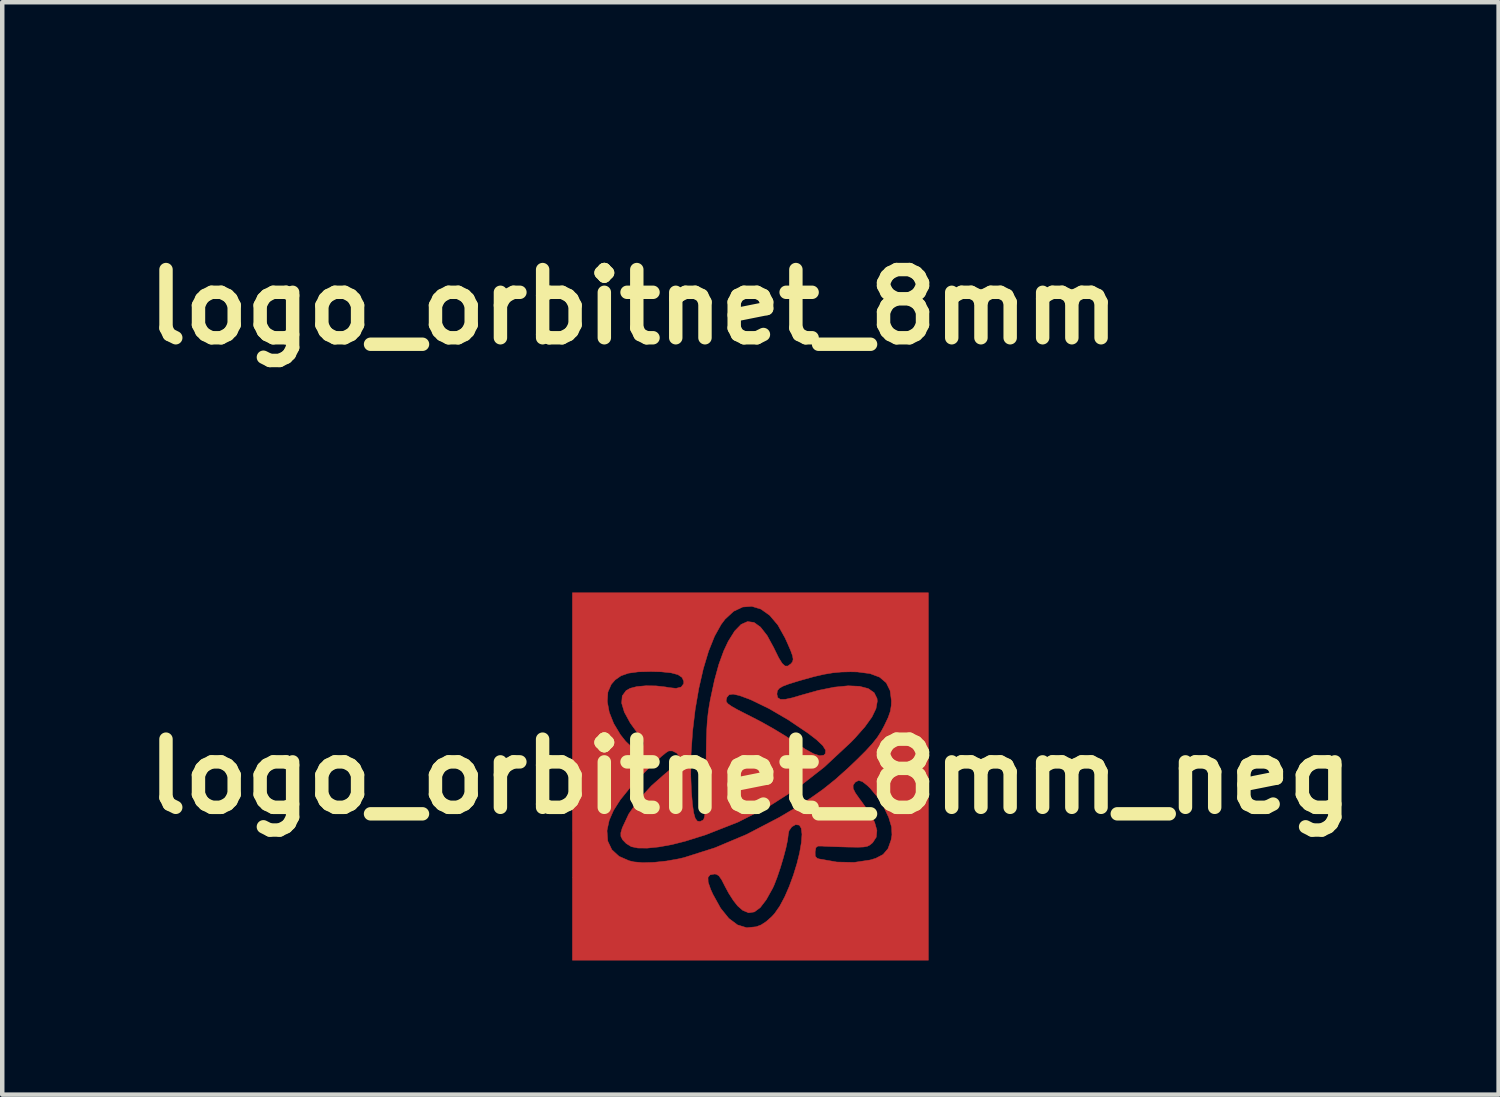
<source format=kicad_pcb>
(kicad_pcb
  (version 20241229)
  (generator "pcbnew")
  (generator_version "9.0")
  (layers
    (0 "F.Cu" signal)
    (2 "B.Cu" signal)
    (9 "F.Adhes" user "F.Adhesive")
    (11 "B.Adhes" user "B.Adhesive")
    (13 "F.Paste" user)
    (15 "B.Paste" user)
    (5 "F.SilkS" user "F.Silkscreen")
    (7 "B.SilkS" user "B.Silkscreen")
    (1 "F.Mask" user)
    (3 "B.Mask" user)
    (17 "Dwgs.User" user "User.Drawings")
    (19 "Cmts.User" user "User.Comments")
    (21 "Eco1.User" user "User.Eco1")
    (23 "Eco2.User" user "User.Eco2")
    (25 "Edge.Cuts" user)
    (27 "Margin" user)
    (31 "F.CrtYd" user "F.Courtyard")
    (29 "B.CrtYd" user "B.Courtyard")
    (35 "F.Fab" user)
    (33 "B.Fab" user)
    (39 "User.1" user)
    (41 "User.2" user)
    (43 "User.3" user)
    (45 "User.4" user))
  (footprint "logo_orbitnet_8mm"
    (layer "F.Cu")
    (at 11.111 3.81)
    (property "Reference" "logo_orbitnet_8mm" (at 0 0 0) (layer "F.SilkS") (effects (font (size 1.524 1.524) (thickness 0.3))))
    (attr through_hole)
    (fp_poly (pts (xy -0.346 -1.836) (xy -0.186 -1.79) (xy -0.044 -1.736) (xy 0.34 -1.558) (xy 0.76 -1.32) (xy 1.201 -1.03) (xy 1.29 -0.967) (xy 1.495 -0.808) (xy 1.625 -0.681) (xy 1.683 -0.581) (xy 1.675 -0.512) (xy 1.611 -0.466) (xy 1.506 -0.474) (xy 1.355 -0.537) (xy 1.153 -0.657) (xy 0.995 -0.765) (xy 0.789 -0.902) (xy 0.537 -1.054) (xy 0.27 -1.205) (xy 0.02 -1.337) (xy 0.008 -1.342) (xy -0.215 -1.454) (xy -0.371 -1.538) (xy -0.471 -1.601) (xy -0.524 -1.649) (xy -0.542 -1.689) (xy -0.542 -1.705) (xy -0.513 -1.794) (xy -0.451 -1.837) (xy -0.346 -1.836)) (stroke (width 0.01) (type solid)) (fill yes) (layer "F.Mask"))
    (fp_poly (pts (xy -1.94 -2.336) (xy -1.733 -2.31) (xy -1.594 -2.264) (xy -1.515 -2.198) (xy -1.49 -2.13) (xy -1.509 -2.033) (xy -1.595 -1.98) (xy -1.737 -1.972) (xy -1.829 -1.988) (xy -1.975 -2.011) (xy -2.157 -2.027) (xy -2.277 -2.031) (xy -2.538 -2.011) (xy -2.726 -1.95) (xy -2.841 -1.848) (xy -2.881 -1.703) (xy -2.849 -1.517) (xy -2.742 -1.289) (xy -2.563 -1.019) (xy -2.479 -0.911) (xy -2.404 -0.803) (xy -2.383 -0.729) (xy -2.399 -0.684) (xy -2.478 -0.61) (xy -2.577 -0.613) (xy -2.699 -0.694) (xy -2.788 -0.786) (xy -2.969 -1.028) (xy -3.1 -1.28) (xy -3.179 -1.528) (xy -3.201 -1.759) (xy -3.164 -1.958) (xy -3.109 -2.061) (xy -2.999 -2.181) (xy -2.865 -2.264) (xy -2.69 -2.316) (xy -2.46 -2.342) (xy -2.222 -2.346) (xy -1.94 -2.336)) (stroke (width 0.01) (type solid)) (fill yes) (layer "F.Mask"))
    (fp_poly (pts (xy 1.093 1.087) (xy 1.139 1.165) (xy 1.153 1.305) (xy 1.137 1.495) (xy 1.096 1.72) (xy 1.034 1.968) (xy 0.954 2.225) (xy 0.86 2.478) (xy 0.756 2.712) (xy 0.646 2.916) (xy 0.541 3.063) (xy 0.345 3.25) (xy 0.141 3.356) (xy -0.069 3.379) (xy -0.281 3.319) (xy -0.286 3.317) (xy -0.475 3.18) (xy -0.654 2.962) (xy -0.826 2.66) (xy -0.839 2.632) (xy -0.921 2.438) (xy -0.952 2.304) (xy -0.932 2.222) (xy -0.858 2.185) (xy -0.8 2.18) (xy -0.739 2.194) (xy -0.683 2.246) (xy -0.619 2.351) (xy -0.566 2.458) (xy -0.475 2.625) (xy -0.371 2.785) (xy -0.286 2.892) (xy -0.148 3.007) (xy -0.016 3.049) (xy 0.113 3.015) (xy 0.243 2.904) (xy 0.38 2.713) (xy 0.498 2.497) (xy 0.564 2.344) (xy 0.636 2.145) (xy 0.706 1.923) (xy 0.768 1.7) (xy 0.816 1.5) (xy 0.843 1.345) (xy 0.847 1.292) (xy 0.875 1.188) (xy 0.945 1.108) (xy 1.032 1.072) (xy 1.093 1.087)) (stroke (width 0.01) (type solid)) (fill yes) (layer "F.Mask"))
    (fp_poly (pts (xy 2.488 0.105) (xy 2.595 0.184) (xy 2.614 0.201) (xy 2.786 0.386) (xy 2.937 0.603) (xy 3.058 0.833) (xy 3.138 1.055) (xy 3.168 1.248) (xy 3.164 1.306) (xy 3.113 1.53) (xy 3.025 1.687) (xy 2.889 1.792) (xy 2.804 1.828) (xy 2.56 1.889) (xy 2.277 1.921) (xy 1.999 1.922) (xy 1.842 1.904) (xy 1.655 1.87) (xy 1.537 1.842) (xy 1.472 1.812) (xy 1.446 1.771) (xy 1.445 1.712) (xy 1.447 1.681) (xy 1.464 1.591) (xy 1.507 1.556) (xy 1.604 1.556) (xy 1.609 1.556) (xy 1.715 1.562) (xy 1.879 1.569) (xy 2.074 1.575) (xy 2.187 1.578) (xy 2.384 1.581) (xy 2.517 1.577) (xy 2.603 1.563) (xy 2.664 1.536) (xy 2.719 1.492) (xy 2.727 1.485) (xy 2.81 1.365) (xy 2.829 1.218) (xy 2.782 1.038) (xy 2.668 0.821) (xy 2.486 0.561) (xy 2.472 0.543) (xy 2.361 0.391) (xy 2.303 0.285) (xy 2.293 0.208) (xy 2.326 0.147) (xy 2.337 0.135) (xy 2.408 0.091) (xy 2.488 0.105)) (stroke (width 0.01) (type solid)) (fill yes) (layer "F.Mask"))
    (fp_poly (pts (xy 0.135 -3.782) (xy 0.335 -3.68) (xy 0.524 -3.503) (xy 0.697 -3.25) (xy 0.775 -3.097) (xy 0.866 -2.894) (xy 0.924 -2.752) (xy 0.952 -2.656) (xy 0.952 -2.592) (xy 0.928 -2.545) (xy 0.909 -2.523) (xy 0.841 -2.471) (xy 0.78 -2.467) (xy 0.716 -2.52) (xy 0.642 -2.636) (xy 0.548 -2.823) (xy 0.537 -2.847) (xy 0.391 -3.125) (xy 0.25 -3.319) (xy 0.111 -3.432) (xy -0.028 -3.466) (xy -0.169 -3.421) (xy -0.244 -3.368) (xy -0.394 -3.196) (xy -0.536 -2.944) (xy -0.667 -2.614) (xy -0.786 -2.212) (xy -0.892 -1.741) (xy -0.896 -1.718) (xy -0.925 -1.554) (xy -0.948 -1.393) (xy -0.965 -1.222) (xy -0.977 -1.024) (xy -0.985 -0.786) (xy -0.99 -0.492) (xy -0.992 -0.156) (xy -0.995 0.186) (xy -0.999 0.452) (xy -1.005 0.652) (xy -1.013 0.795) (xy -1.025 0.891) (xy -1.039 0.947) (xy -1.058 0.974) (xy -1.06 0.976) (xy -1.14 1.012) (xy -1.198 0.985) (xy -1.228 0.952) (xy -1.253 0.883) (xy -1.279 0.743) (xy -1.302 0.548) (xy -1.318 0.349) (xy -1.334 -0.125) (xy -1.321 -0.616) (xy -1.282 -1.111) (xy -1.219 -1.597) (xy -1.135 -2.062) (xy -1.03 -2.491) (xy -0.909 -2.873) (xy -0.772 -3.195) (xy -0.654 -3.399) (xy -0.47 -3.615) (xy -0.274 -3.75) (xy -0.07 -3.805) (xy 0.135 -3.782)) (stroke (width 0.01) (type solid)) (fill yes) (layer "F.Mask"))
    (fp_poly (pts (xy 2.554 -2.322) (xy 2.799 -2.262) (xy 2.977 -2.157) (xy 3.091 -2.005) (xy 3.146 -1.803) (xy 3.152 -1.694) (xy 3.145 -1.55) (xy 3.116 -1.417) (xy 3.055 -1.264) (xy 2.99 -1.131) (xy 2.833 -0.879) (xy 2.608 -0.603) (xy 2.327 -0.312) (xy 1.999 -0.017) (xy 1.634 0.273) (xy 1.244 0.549) (xy 1.022 0.692) (xy 0.51 0.99) (xy 0.001 1.252) (xy -0.498 1.476) (xy -0.978 1.658) (xy -1.43 1.797) (xy -1.846 1.889) (xy -2.217 1.93) (xy -2.536 1.92) (xy -2.603 1.909) (xy -2.854 1.83) (xy -3.04 1.701) (xy -3.16 1.527) (xy -3.207 1.313) (xy -3.205 1.217) (xy -3.164 1.004) (xy -3.073 0.784) (xy -2.928 0.548) (xy -2.722 0.287) (xy -2.45 -0.008) (xy -2.413 -0.046) (xy -2.242 -0.215) (xy -2.085 -0.363) (xy -1.953 -0.479) (xy -1.86 -0.552) (xy -1.826 -0.571) (xy -1.728 -0.568) (xy -1.638 -0.516) (xy -1.581 -0.438) (xy -1.579 -0.367) (xy -1.621 -0.314) (xy -1.714 -0.225) (xy -1.84 -0.116) (xy -1.896 -0.07) (xy -2.24 0.235) (xy -2.523 0.551) (xy -2.736 0.868) (xy -2.864 1.148) (xy -2.897 1.264) (xy -2.893 1.343) (xy -2.856 1.415) (xy -2.768 1.504) (xy -2.663 1.568) (xy -2.514 1.599) (xy -2.303 1.601) (xy -2.046 1.575) (xy -1.757 1.522) (xy -1.455 1.446) (xy -0.698 1.194) (xy 0.005 0.887) (xy 0.664 0.519) (xy 1.29 0.083) (xy 1.894 -0.426) (xy 2.244 -0.763) (xy 2.491 -1.028) (xy 2.67 -1.257) (xy 2.782 -1.454) (xy 2.833 -1.625) (xy 2.836 -1.68) (xy 2.8 -1.827) (xy 2.693 -1.934) (xy 2.521 -2.001) (xy 2.289 -2.028) (xy 2.002 -2.014) (xy 1.666 -1.959) (xy 1.284 -1.863) (xy 1.124 -1.814) (xy 0.903 -1.749) (xy 0.748 -1.721) (xy 0.652 -1.73) (xy 0.603 -1.776) (xy 0.593 -1.839) (xy 0.601 -1.908) (xy 0.636 -1.963) (xy 0.71 -2.011) (xy 0.838 -2.061) (xy 1.032 -2.122) (xy 1.058 -2.13) (xy 1.352 -2.214) (xy 1.589 -2.272) (xy 1.79 -2.31) (xy 1.98 -2.331) (xy 2.179 -2.34) (xy 2.237 -2.34) (xy 2.554 -2.322)) (stroke (width 0.01) (type solid)) (fill yes) (layer "F.Mask")))
  (footprint "logo_orbitnet_8mm_neg"
    (layer "F.Cu")
    (at 13.723 14.306)
    (property "Reference" "logo_orbitnet_8mm_neg" (at 0 0 0) (layer "F.SilkS") (effects (font (size 1.524 1.524) (thickness 0.3))))
    (attr through_hole)
    (fp_poly (pts (xy 3.979 4.106) (xy -3.979 4.106) (xy -3.979 2.256) (xy -0.948 2.256) (xy -0.944 2.362) (xy -0.888 2.524) (xy -0.839 2.632) (xy -0.666 2.944) (xy -0.482 3.172) (xy -0.287 3.318) (xy -0.083 3.38) (xy 0.13 3.359) (xy 0.24 3.317) (xy 0.353 3.243) (xy 0.478 3.132) (xy 0.541 3.063) (xy 0.655 2.9) (xy 0.765 2.694) (xy 0.868 2.458) (xy 0.961 2.204) (xy 1.04 1.948) (xy 1.101 1.701) (xy 1.104 1.681) (xy 1.447 1.681) (xy 1.449 1.781) (xy 1.491 1.828) (xy 1.533 1.842) (xy 1.933 1.912) (xy 2.319 1.92) (xy 2.674 1.867) (xy 2.804 1.828) (xy 2.966 1.743) (xy 3.076 1.613) (xy 3.144 1.422) (xy 3.164 1.306) (xy 3.155 1.127) (xy 3.091 0.913) (xy 2.983 0.684) (xy 2.842 0.46) (xy 2.676 0.261) (xy 2.614 0.201) (xy 2.501 0.113) (xy 2.419 0.089) (xy 2.347 0.125) (xy 2.337 0.135) (xy 2.296 0.196) (xy 2.297 0.269) (xy 2.346 0.368) (xy 2.447 0.511) (xy 2.472 0.543) (xy 2.659 0.806) (xy 2.777 1.025) (xy 2.828 1.207) (xy 2.813 1.356) (xy 2.734 1.478) (xy 2.727 1.485) (xy 2.671 1.531) (xy 2.612 1.561) (xy 2.53 1.576) (xy 2.405 1.581) (xy 2.217 1.578) (xy 2.187 1.578) (xy 1.987 1.572) (xy 1.802 1.566) (xy 1.66 1.56) (xy 1.609 1.556) (xy 1.509 1.556) (xy 1.464 1.589) (xy 1.448 1.677) (xy 1.447 1.681) (xy 1.104 1.681) (xy 1.139 1.478) (xy 1.153 1.291) (xy 1.136 1.156) (xy 1.093 1.087) (xy 1.01 1.076) (xy 0.925 1.125) (xy 0.863 1.213) (xy 0.847 1.292) (xy 0.832 1.418) (xy 0.794 1.599) (xy 0.737 1.814) (xy 0.67 2.039) (xy 0.598 2.252) (xy 0.529 2.43) (xy 0.498 2.497) (xy 0.354 2.755) (xy 0.219 2.931) (xy 0.089 3.027) (xy -0.04 3.047) (xy -0.173 2.991) (xy -0.286 2.892) (xy -0.382 2.77) (xy -0.486 2.607) (xy -0.566 2.458) (xy -0.642 2.309) (xy -0.702 2.223) (xy -0.758 2.186) (xy -0.8 2.18) (xy -0.9 2.198) (xy -0.948 2.256) (xy -3.979 2.256) (xy -3.979 1.217) (xy -3.205 1.217) (xy -3.188 1.445) (xy -3.097 1.636) (xy -2.937 1.784) (xy -2.712 1.883) (xy -2.603 1.909) (xy -2.406 1.926) (xy -2.156 1.919) (xy -1.879 1.89) (xy -1.604 1.841) (xy -1.484 1.813) (xy -0.794 1.594) (xy -0.084 1.295) (xy 0.643 0.916) (xy 1.022 0.692) (xy 1.346 0.484) (xy 1.629 0.283) (xy 1.897 0.068) (xy 2.176 -0.181) (xy 2.377 -0.372) (xy 2.575 -0.569) (xy 2.723 -0.73) (xy 2.836 -0.872) (xy 2.926 -1.012) (xy 2.99 -1.131) (xy 3.078 -1.315) (xy 3.128 -1.458) (xy 3.149 -1.591) (xy 3.152 -1.694) (xy 3.123 -1.919) (xy 3.036 -2.094) (xy 2.888 -2.22) (xy 2.674 -2.3) (xy 2.39 -2.337) (xy 2.237 -2.34) (xy 2.031 -2.335) (xy 1.841 -2.317) (xy 1.645 -2.284) (xy 1.42 -2.232) (xy 1.144 -2.155) (xy 1.058 -2.13) (xy 0.855 -2.067) (xy 0.721 -2.016) (xy 0.642 -1.968) (xy 0.603 -1.915) (xy 0.593 -1.848) (xy 0.593 -1.839) (xy 0.61 -1.763) (xy 0.668 -1.725) (xy 0.776 -1.724) (xy 0.943 -1.76) (xy 1.124 -1.814) (xy 1.522 -1.926) (xy 1.877 -1.997) (xy 2.184 -2.027) (xy 2.438 -2.016) (xy 2.634 -1.965) (xy 2.766 -1.873) (xy 2.831 -1.742) (xy 2.836 -1.68) (xy 2.807 -1.517) (xy 2.717 -1.33) (xy 2.562 -1.114) (xy 2.34 -0.862) (xy 2.244 -0.763) (xy 1.647 -0.207) (xy 1.035 0.271) (xy 0.397 0.678) (xy -0.278 1.02) (xy -1.002 1.304) (xy -1.455 1.446) (xy -1.759 1.523) (xy -2.048 1.575) (xy -2.305 1.601) (xy -2.516 1.599) (xy -2.663 1.568) (xy -2.776 1.498) (xy -2.856 1.415) (xy -2.895 1.338) (xy -2.896 1.258) (xy -2.864 1.148) (xy -2.719 0.838) (xy -2.499 0.521) (xy -2.21 0.206) (xy -1.945 -0.028) (xy -1.333 -0.028) (xy -1.318 0.349) (xy -1.295 0.619) (xy -1.268 0.812) (xy -1.233 0.936) (xy -1.186 0.998) (xy -1.125 1.006) (xy -1.06 0.976) (xy -1.041 0.951) (xy -1.026 0.898) (xy -1.014 0.806) (xy -1.006 0.668) (xy -1 0.474) (xy -0.995 0.214) (xy -0.993 -0.12) (xy -0.992 -0.156) (xy -0.989 -0.515) (xy -0.984 -0.805) (xy -0.976 -1.04) (xy -0.964 -1.235) (xy -0.946 -1.405) (xy -0.923 -1.565) (xy -0.898 -1.705) (xy -0.542 -1.705) (xy -0.536 -1.666) (xy -0.498 -1.622) (xy -0.418 -1.566) (xy -0.287 -1.492) (xy -0.093 -1.393) (xy 0.008 -1.342) (xy 0.257 -1.213) (xy 0.524 -1.062) (xy 0.777 -0.909) (xy 0.986 -0.771) (xy 0.995 -0.765) (xy 1.232 -0.607) (xy 1.415 -0.507) (xy 1.549 -0.464) (xy 1.639 -0.476) (xy 1.675 -0.512) (xy 1.681 -0.589) (xy 1.617 -0.691) (xy 1.48 -0.821) (xy 1.29 -0.967) (xy 0.847 -1.266) (xy 0.421 -1.515) (xy 0.029 -1.706) (xy -0.044 -1.736) (xy -0.246 -1.81) (xy -0.387 -1.841) (xy -0.476 -1.828) (xy -0.526 -1.769) (xy -0.542 -1.705) (xy -0.898 -1.705) (xy -0.896 -1.718) (xy -0.804 -2.148) (xy -0.706 -2.505) (xy -0.597 -2.805) (xy -0.497 -3.018) (xy -0.352 -3.251) (xy -0.208 -3.399) (xy -0.064 -3.463) (xy 0.081 -3.443) (xy 0.226 -3.339) (xy 0.374 -3.15) (xy 0.523 -2.877) (xy 0.537 -2.847) (xy 0.633 -2.652) (xy 0.709 -2.529) (xy 0.773 -2.47) (xy 0.834 -2.468) (xy 0.901 -2.516) (xy 0.909 -2.523) (xy 0.943 -2.567) (xy 0.955 -2.621) (xy 0.942 -2.698) (xy 0.9 -2.815) (xy 0.826 -2.985) (xy 0.775 -3.097) (xy 0.613 -3.387) (xy 0.431 -3.602) (xy 0.235 -3.741) (xy 0.032 -3.803) (xy -0.173 -3.788) (xy -0.374 -3.693) (xy -0.565 -3.517) (xy -0.654 -3.399) (xy -0.801 -3.135) (xy -0.935 -2.801) (xy -1.053 -2.408) (xy -1.153 -1.97) (xy -1.234 -1.5) (xy -1.292 -1.011) (xy -1.326 -0.516) (xy -1.333 -0.028) (xy -1.945 -0.028) (xy -1.896 -0.07) (xy -1.762 -0.183) (xy -1.653 -0.282) (xy -1.589 -0.351) (xy -1.579 -0.367) (xy -1.586 -0.45) (xy -1.649 -0.525) (xy -1.742 -0.571) (xy -1.826 -0.571) (xy -1.889 -0.531) (xy -1.998 -0.441) (xy -2.14 -0.312) (xy -2.304 -0.155) (xy -2.413 -0.046) (xy -2.693 0.254) (xy -2.907 0.519) (xy -3.059 0.757) (xy -3.156 0.979) (xy -3.202 1.191) (xy -3.205 1.217) (xy -3.979 1.217) (xy -3.979 -1.675) (xy -3.199 -1.675) (xy -3.155 -1.436) (xy -3.056 -1.185) (xy -2.906 -0.935) (xy -2.788 -0.786) (xy -2.651 -0.655) (xy -2.538 -0.602) (xy -2.447 -0.628) (xy -2.399 -0.684) (xy -2.383 -0.746) (xy -2.417 -0.826) (xy -2.479 -0.911) (xy -2.685 -1.195) (xy -2.818 -1.439) (xy -2.878 -1.641) (xy -2.865 -1.801) (xy -2.779 -1.919) (xy -2.688 -1.971) (xy -2.537 -2.01) (xy -2.334 -2.028) (xy -2.11 -2.025) (xy -1.896 -2.001) (xy -1.829 -1.988) (xy -1.662 -1.97) (xy -1.546 -2) (xy -1.491 -2.075) (xy -1.49 -2.13) (xy -1.528 -2.214) (xy -1.619 -2.276) (xy -1.773 -2.317) (xy -1.995 -2.34) (xy -2.222 -2.346) (xy -2.508 -2.339) (xy -2.726 -2.309) (xy -2.892 -2.251) (xy -3.021 -2.161) (xy -3.109 -2.061) (xy -3.185 -1.888) (xy -3.199 -1.675) (xy -3.979 -1.675) (xy -3.979 -4.106) (xy 3.979 -4.106) (xy 3.979 4.106)) (stroke (width 0.01) (type solid)) (fill yes) (layer "F.Cu")))
  (gr_rect
    (start -3 -3)
    (end 30.447 21.417)
    (stroke (width 0.1) (type default))
    (fill no)
    (layer "Edge.Cuts")))
</source>
